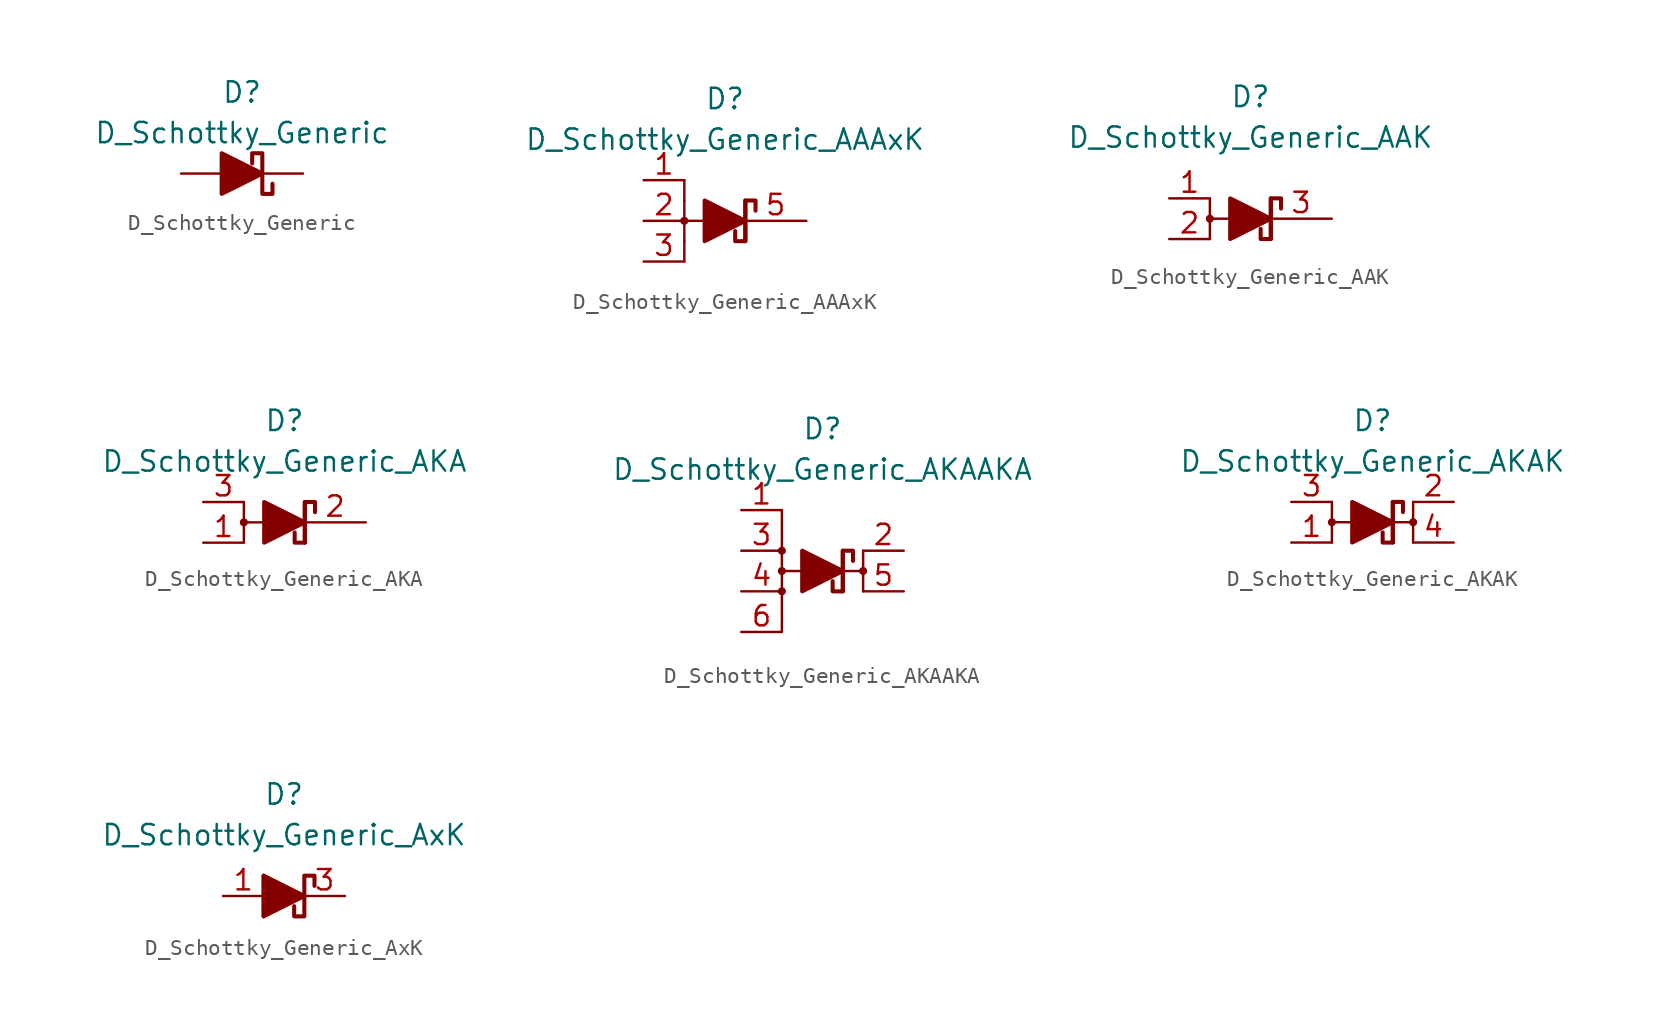
<source format=kicad_sym>
(kicad_symbol_lib
  (version 20201005)
  (generator kicad_symbol_editor)
  (symbol "Diode_Schottky_AKL:D_Schottky_Generic"
    (pin_numbers hide)
    (pin_names
      (offset 1.016) hide)
    (property "Reference" "D"
      (at 0 5.08 0)
      (effects (font (size 1.27 1.27))))
    (property "Value" "D_Schottky_Generic"
      (at 0 2.54 0)
      (effects (font (size 1.27 1.27))))
    (symbol "D_Schottky_Generic_0_1"
      (polyline (pts (xy -1.27 0) (xy 1.27 0)) (stroke (width 0)) (fill (type none)))
      (polyline (pts (xy 1.905 -0.635) (xy 1.905 -1.27) (xy 1.27 -1.27) (xy 1.27 1.27) (xy 0.635 1.27) (xy 0.635 0.635)) (stroke (width 0.254)) (fill (type none)))
      (polyline (pts (xy -1.27 -1.27) (xy -1.27 1.27) (xy 1.27 0) (xy -1.27 -1.27)) (stroke (width 0.254)) (fill (type outline))))
    (symbol "D_Schottky_Generic_1_1"
      (pin passive line (at 3.81 0 180) (length 2.54) (name "K" (effects (font (size 1.27 1.27)))) (number "1" (effects (font (size 1.27 1.27)))))
      (pin passive line (at -3.81 0 0) (length 2.54) (name "A" (effects (font (size 1.27 1.27)))) (number "2" (effects (font (size 1.27 1.27)))))))
  (symbol "Diode_Schottky_AKL:D_Schottky_Generic_AAAxK"
    (pin_names
      (offset 1.016) hide)
    (property "Reference" "D"
      (at 0 7.62 0)
      (effects (font (size 1.27 1.27))))
    (property "Value" "D_Schottky_Generic_AAAxK"
      (at 0 5.08 0)
      (effects (font (size 1.27 1.27))))
    (symbol "D_Schottky_Generic_AAAxK_0_1"
      (circle (center -2.54 0) (radius 0.178) (stroke (width 0)) (fill (type outline)))
      (polyline (pts (xy -2.54 -2.54) (xy -2.54 -1.27)) (stroke (width 0)) (fill (type none)))
      (polyline (pts (xy -2.54 1.27) (xy -2.54 -1.27)) (stroke (width 0)) (fill (type none)))
      (polyline (pts (xy -2.54 1.27) (xy -2.54 2.54)) (stroke (width 0)) (fill (type none)))
      (polyline (pts (xy -1.27 0) (xy -2.54 0)) (stroke (width 0)) (fill (type none)))
      (polyline (pts (xy -1.27 0) (xy 1.27 0)) (stroke (width 0)) (fill (type none)))
      (polyline (pts (xy 1.27 -1.27) (xy 1.27 1.27)) (stroke (width 0.254)) (fill (type none)))
      (polyline (pts (xy -1.27 -1.27) (xy -1.27 1.27) (xy 1.27 0) (xy -1.27 -1.27)) (stroke (width 0.254)) (fill (type outline))))
    (symbol "D_Schottky_Generic_AAAxK_1_1"
      (polyline (pts (xy 0.635 -0.635) (xy 0.635 -1.27) (xy 1.27 -1.27) (xy 1.27 1.27) (xy 1.905 1.27) (xy 1.905 0.635)) (stroke (width 0.254)) (fill (type none)))
      (pin passive line (at -5.08 2.54 0) (length 2.54) (name "A" (effects (font (size 1.27 1.27)))) (number "1" (effects (font (size 1.27 1.27)))))
      (pin passive line (at -5.08 0 0) (length 2.54) (name "A" (effects (font (size 1.27 1.27)))) (number "2" (effects (font (size 1.27 1.27)))))
      (pin passive line (at -5.08 -2.54 0) (length 2.54) (name "A" (effects (font (size 1.27 1.27)))) (number "3" (effects (font (size 1.27 1.27)))))
      (pin passive line (at 5.08 0 180) (length 3.835) (name "K" (effects (font (size 1.27 1.27)))) (number "5" (effects (font (size 1.27 1.27)))))))
  (symbol "Diode_Schottky_AKL:D_Schottky_Generic_AAK"
    (pin_names
      (offset 1.016) hide)
    (property "Reference" "D"
      (at 0 7.62 0)
      (effects (font (size 1.27 1.27))))
    (property "Value" "D_Schottky_Generic_AAK"
      (at 0 5.08 0)
      (effects (font (size 1.27 1.27))))
    (symbol "D_Schottky_Generic_AAK_0_1"
      (circle (center -2.54 0) (radius 0.178) (stroke (width 0)) (fill (type outline)))
      (polyline (pts (xy -2.54 1.27) (xy -2.54 -1.27)) (stroke (width 0)) (fill (type none)))
      (polyline (pts (xy -1.27 0) (xy -2.54 0)) (stroke (width 0)) (fill (type none)))
      (polyline (pts (xy -1.27 0) (xy 1.27 0)) (stroke (width 0)) (fill (type none)))
      (polyline (pts (xy 1.27 -1.27) (xy 1.27 1.27)) (stroke (width 0.254)) (fill (type none)))
      (polyline (pts (xy -1.27 -1.27) (xy -1.27 1.27) (xy 1.27 0) (xy -1.27 -1.27)) (stroke (width 0.254)) (fill (type outline))))
    (symbol "D_Schottky_Generic_AAK_1_1"
      (polyline (pts (xy 0.635 -0.635) (xy 0.635 -1.27) (xy 1.27 -1.27) (xy 1.27 1.27) (xy 1.905 1.27) (xy 1.905 0.635)) (stroke (width 0.254)) (fill (type none)))
      (pin passive line (at -5.08 1.27 0) (length 2.54) (name "A" (effects (font (size 1.27 1.27)))) (number "1" (effects (font (size 1.27 1.27)))))
      (pin passive line (at -5.08 -1.27 0) (length 2.54) (name "A" (effects (font (size 1.27 1.27)))) (number "2" (effects (font (size 1.27 1.27)))))
      (pin passive line (at 5.08 0 180) (length 3.835) (name "K" (effects (font (size 1.27 1.27)))) (number "3" (effects (font (size 1.27 1.27)))))))
  (symbol "Diode_Schottky_AKL:D_Schottky_Generic_AKA"
    (pin_names
      (offset 1.016) hide)
    (property "Reference" "D"
      (at 0 6.35 0)
      (effects (font (size 1.27 1.27))))
    (property "Value" "D_Schottky_Generic_AKA"
      (at 0 3.81 0)
      (effects (font (size 1.27 1.27))))
    (symbol "D_Schottky_Generic_AKA_0_1"
      (circle (center -2.54 0) (radius 0.178) (stroke (width 0)) (fill (type outline)))
      (polyline (pts (xy -2.54 1.27) (xy -2.54 -1.27)) (stroke (width 0)) (fill (type none)))
      (polyline (pts (xy -1.27 0) (xy -2.54 0)) (stroke (width 0)) (fill (type none)))
      (polyline (pts (xy -1.27 0) (xy 1.27 0)) (stroke (width 0)) (fill (type none)))
      (polyline (pts (xy 1.27 -1.27) (xy 1.27 1.27)) (stroke (width 0.254)) (fill (type none)))
      (polyline (pts (xy -1.27 -1.27) (xy -1.27 1.27) (xy 1.27 0) (xy -1.27 -1.27)) (stroke (width 0.254)) (fill (type outline))))
    (symbol "D_Schottky_Generic_AKA_1_1"
      (polyline (pts (xy 0.635 -0.635) (xy 0.635 -1.27) (xy 1.27 -1.27) (xy 1.27 1.27) (xy 1.905 1.27) (xy 1.905 0.635)) (stroke (width 0.254)) (fill (type none)))
      (pin passive line (at -5.08 -1.27 0) (length 2.54) (name "A" (effects (font (size 1.27 1.27)))) (number "1" (effects (font (size 1.27 1.27)))))
      (pin passive line (at 5.08 0 180) (length 3.835) (name "K" (effects (font (size 1.27 1.27)))) (number "2" (effects (font (size 1.27 1.27)))))
      (pin passive line (at -5.08 1.27 0) (length 2.54) (name "A" (effects (font (size 1.27 1.27)))) (number "3" (effects (font (size 1.27 1.27)))))))
  (symbol "Diode_Schottky_AKL:D_Schottky_Generic_AKAAKA"
    (pin_names
      (offset 1.016) hide)
    (property "Reference" "D"
      (at 0 8.89 0)
      (effects (font (size 1.27 1.27))))
    (property "Value" "D_Schottky_Generic_AKAAKA"
      (at 0 6.35 0)
      (effects (font (size 1.27 1.27))))
    (symbol "D_Schottky_Generic_AKAAKA_0_1"
      (circle (center -2.54 0) (radius 0.178) (stroke (width 0)) (fill (type outline)))
      (polyline (pts (xy -2.54 -3.81) (xy -2.54 -1.27)) (stroke (width 0)) (fill (type none)))
      (polyline (pts (xy -2.54 1.27) (xy -2.54 -1.27)) (stroke (width 0)) (fill (type none)))
      (polyline (pts (xy -2.54 1.27) (xy -2.54 3.81)) (stroke (width 0)) (fill (type none)))
      (polyline (pts (xy -1.27 0) (xy -2.54 0)) (stroke (width 0)) (fill (type none)))
      (polyline (pts (xy -1.27 0) (xy 1.27 0)) (stroke (width 0)) (fill (type none)))
      (polyline (pts (xy 1.27 -1.27) (xy 1.27 1.27)) (stroke (width 0.254)) (fill (type none)))
      (polyline (pts (xy -1.27 -1.27) (xy -1.27 1.27) (xy 1.27 0) (xy -1.27 -1.27)) (stroke (width 0.254)) (fill (type outline))))
    (symbol "D_Schottky_Generic_AKAAKA_1_1"
      (circle (center -2.54 -1.27) (radius 0.178) (stroke (width 0)) (fill (type outline)))
      (circle (center -2.54 1.27) (radius 0.178) (stroke (width 0)) (fill (type outline)))
      (circle (center 2.54 0) (radius 0.178) (stroke (width 0)) (fill (type outline)))
      (polyline (pts (xy 1.27 0) (xy 2.54 0)) (stroke (width 0)) (fill (type none)))
      (polyline (pts (xy 2.54 -1.27) (xy 2.54 1.27)) (stroke (width 0)) (fill (type none)))
      (polyline (pts (xy 0.635 -0.635) (xy 0.635 -1.27) (xy 1.27 -1.27) (xy 1.27 1.27) (xy 1.905 1.27) (xy 1.905 0.635)) (stroke (width 0.254)) (fill (type none)))
      (pin passive line (at -5.08 3.81 0) (length 2.54) (name "A" (effects (font (size 1.27 1.27)))) (number "1" (effects (font (size 1.27 1.27)))))
      (pin passive line (at 5.08 1.27 180) (length 2.54) (name "K" (effects (font (size 1.27 1.27)))) (number "2" (effects (font (size 1.27 1.27)))))
      (pin passive line (at -5.08 1.27 0) (length 2.54) (name "A" (effects (font (size 1.27 1.27)))) (number "3" (effects (font (size 1.27 1.27)))))
      (pin passive line (at -5.08 -1.27 0) (length 2.54) (name "A" (effects (font (size 1.27 1.27)))) (number "4" (effects (font (size 1.27 1.27)))))
      (pin passive line (at 5.08 -1.27 180) (length 2.54) (name "K" (effects (font (size 1.27 1.27)))) (number "5" (effects (font (size 1.27 1.27)))))
      (pin passive line (at -5.08 -3.81 0) (length 2.54) (name "A" (effects (font (size 1.27 1.27)))) (number "6" (effects (font (size 1.27 1.27)))))))
  (symbol "Diode_Schottky_AKL:D_Schottky_Generic_AKAK"
    (pin_names
      (offset 1.016) hide)
    (property "Reference" "D"
      (at 0 6.35 0)
      (effects (font (size 1.27 1.27))))
    (property "Value" "D_Schottky_Generic_AKAK"
      (at 0 3.81 0)
      (effects (font (size 1.27 1.27))))
    (symbol "D_Schottky_Generic_AKAK_0_1"
      (circle (center -2.54 0) (radius 0.178) (stroke (width 0)) (fill (type outline)))
      (polyline (pts (xy -2.54 1.27) (xy -2.54 -1.27)) (stroke (width 0)) (fill (type none)))
      (polyline (pts (xy -1.27 0) (xy -2.54 0)) (stroke (width 0)) (fill (type none)))
      (polyline (pts (xy -1.27 0) (xy 1.27 0)) (stroke (width 0)) (fill (type none)))
      (polyline (pts (xy 1.27 -1.27) (xy 1.27 1.27)) (stroke (width 0.254)) (fill (type none)))
      (polyline (pts (xy -1.27 -1.27) (xy -1.27 1.27) (xy 1.27 0) (xy -1.27 -1.27)) (stroke (width 0.254)) (fill (type outline))))
    (symbol "D_Schottky_Generic_AKAK_1_1"
      (circle (center 2.54 0) (radius 0.178) (stroke (width 0)) (fill (type outline)))
      (polyline (pts (xy 1.27 0) (xy 2.54 0)) (stroke (width 0)) (fill (type none)))
      (polyline (pts (xy 2.54 -1.27) (xy 2.54 1.27)) (stroke (width 0)) (fill (type none)))
      (polyline (pts (xy 0.635 -0.635) (xy 0.635 -1.27) (xy 1.27 -1.27) (xy 1.27 1.27) (xy 1.905 1.27) (xy 1.905 0.635)) (stroke (width 0.254)) (fill (type none)))
      (pin passive line (at -5.08 -1.27 0) (length 2.54) (name "A" (effects (font (size 1.27 1.27)))) (number "1" (effects (font (size 1.27 1.27)))))
      (pin passive line (at 5.08 1.27 180) (length 2.54) (name "K" (effects (font (size 1.27 1.27)))) (number "2" (effects (font (size 1.27 1.27)))))
      (pin passive line (at -5.08 1.27 0) (length 2.54) (name "A" (effects (font (size 1.27 1.27)))) (number "3" (effects (font (size 1.27 1.27)))))
      (pin passive line (at 5.08 -1.27 180) (length 2.54) (name "K" (effects (font (size 1.27 1.27)))) (number "4" (effects (font (size 1.27 1.27)))))))
  (symbol "Diode_Schottky_AKL:D_Schottky_Generic_AxK"
    (pin_names
      (offset 1.016) hide)
    (property "Reference" "D"
      (at 0 6.35 0)
      (effects (font (size 1.27 1.27))))
    (property "Value" "D_Schottky_Generic_AxK"
      (at 0 3.81 0)
      (effects (font (size 1.27 1.27))))
    (symbol "D_Schottky_Generic_AxK_0_1"
      (polyline (pts (xy -1.27 0) (xy 1.27 0)) (stroke (width 0)) (fill (type none)))
      (polyline (pts (xy -1.27 1.27) (xy -1.27 -1.27)) (stroke (width 0.254)) (fill (type none)))
      (polyline (pts (xy -1.27 -1.27) (xy -1.27 1.27) (xy 1.27 0) (xy -1.27 -1.27)) (stroke (width 0.254)) (fill (type outline))))
    (symbol "D_Schottky_Generic_AxK_1_1"
      (polyline (pts (xy 1.905 0.635) (xy 1.905 1.27) (xy 1.27 1.27) (xy 1.27 -1.27) (xy 0.635 -1.27) (xy 0.635 -0.635)) (stroke (width 0.254)) (fill (type none)))
      (pin passive line (at -3.81 0 0) (length 2.54) (name "A" (effects (font (size 1.27 1.27)))) (number "1" (effects (font (size 1.27 1.27)))))
      (pin passive line (at 3.81 0 180) (length 2.54) (name "K" (effects (font (size 1.27 1.27)))) (number "3" (effects (font (size 1.27 1.27))))))))
</source>
